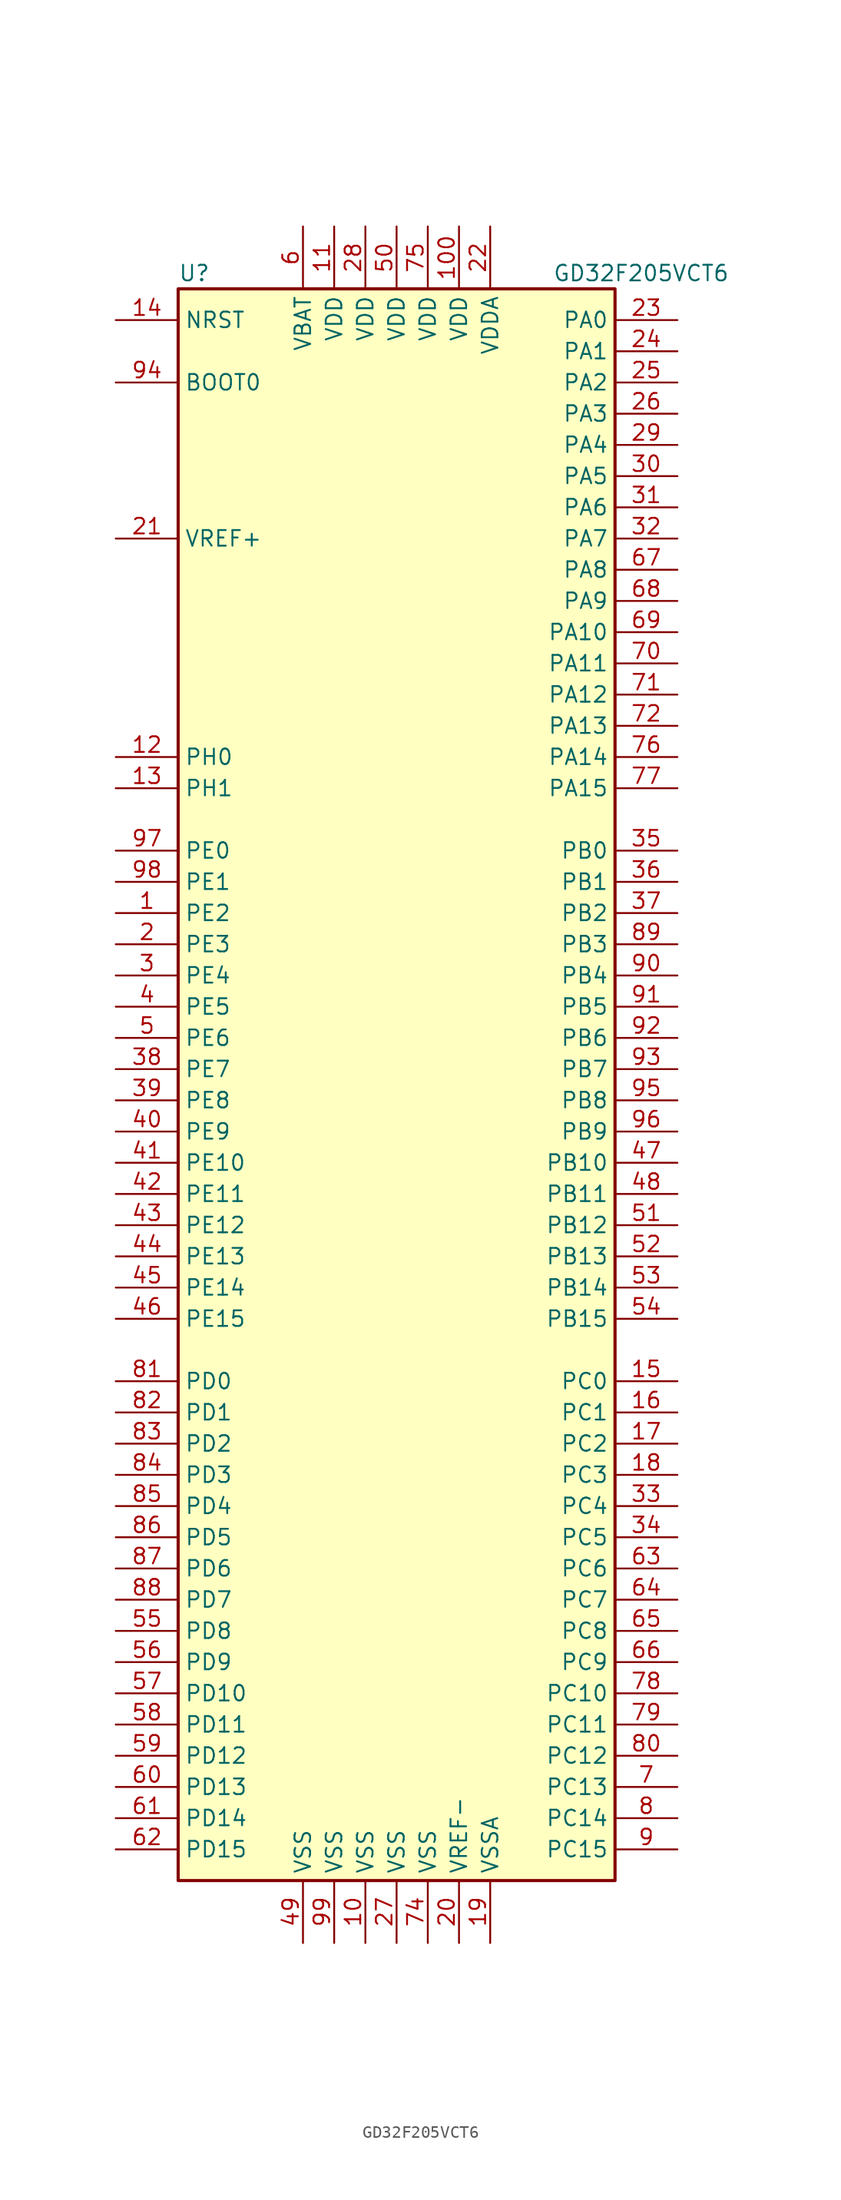
<source format=kicad_sym>
(kicad_symbol_lib
  (version 20220914)
  (generator kicad_symbol_editor)
  (symbol "GD32F205VCT6"
    (property "Reference" "U"
      (at -17.78 64.77 0)
      (effects (font (size 1.27 1.27)) (justify left)))
    (property "Value" "GD32F205VCT6"
      (at 12.7 64.77 0)
      (effects (font (size 1.27 1.27)) (justify left)))
    (symbol "GD32F205VCT6_0_1"
      (rectangle (start -17.78 -66.04) (end 17.78 63.5) (stroke (width 0.254) (type solid)) (fill (type background))))
    (symbol "GD32F205VCT6_1_1"
      (pin bidirectional line (at -22.86 12.7 0) (length 5.08) (name "PE2" (effects (font (size 1.27 1.27)))) (number "1" (effects (font (size 1.27 1.27)))))
      (pin power_in line (at -2.54 -71.12 90) (length 5.08) (name "VSS" (effects (font (size 1.27 1.27)))) (number "10" (effects (font (size 1.27 1.27)))))
      (pin power_in line (at 5.08 68.58 270) (length 5.08) (name "VDD" (effects (font (size 1.27 1.27)))) (number "100" (effects (font (size 1.27 1.27)))))
      (pin power_in line (at -5.08 68.58 270) (length 5.08) (name "VDD" (effects (font (size 1.27 1.27)))) (number "11" (effects (font (size 1.27 1.27)))))
      (pin input line (at -22.86 25.4 0) (length 5.08) (name "PH0" (effects (font (size 1.27 1.27)))) (number "12" (effects (font (size 1.27 1.27)))))
      (pin input line (at -22.86 22.86 0) (length 5.08) (name "PH1" (effects (font (size 1.27 1.27)))) (number "13" (effects (font (size 1.27 1.27)))))
      (pin input line (at -22.86 60.96 0) (length 5.08) (name "NRST" (effects (font (size 1.27 1.27)))) (number "14" (effects (font (size 1.27 1.27)))))
      (pin bidirectional line (at 22.86 -25.4 180) (length 5.08) (name "PC0" (effects (font (size 1.27 1.27)))) (number "15" (effects (font (size 1.27 1.27)))))
      (pin bidirectional line (at 22.86 -27.94 180) (length 5.08) (name "PC1" (effects (font (size 1.27 1.27)))) (number "16" (effects (font (size 1.27 1.27)))))
      (pin bidirectional line (at 22.86 -30.48 180) (length 5.08) (name "PC2" (effects (font (size 1.27 1.27)))) (number "17" (effects (font (size 1.27 1.27)))))
      (pin bidirectional line (at 22.86 -33.02 180) (length 5.08) (name "PC3" (effects (font (size 1.27 1.27)))) (number "18" (effects (font (size 1.27 1.27)))))
      (pin power_in line (at 7.62 -71.12 90) (length 5.08) (name "VSSA" (effects (font (size 1.27 1.27)))) (number "19" (effects (font (size 1.27 1.27)))))
      (pin bidirectional line (at -22.86 10.16 0) (length 5.08) (name "PE3" (effects (font (size 1.27 1.27)))) (number "2" (effects (font (size 1.27 1.27)))))
      (pin power_in line (at 5.08 -71.12 90) (length 5.08) (name "VREF-" (effects (font (size 1.27 1.27)))) (number "20" (effects (font (size 1.27 1.27)))))
      (pin power_in line (at -22.86 43.18 0) (length 5.08) (name "VREF+" (effects (font (size 1.27 1.27)))) (number "21" (effects (font (size 1.27 1.27)))))
      (pin power_in line (at 7.62 68.58 270) (length 5.08) (name "VDDA" (effects (font (size 1.27 1.27)))) (number "22" (effects (font (size 1.27 1.27)))))
      (pin bidirectional line (at 22.86 60.96 180) (length 5.08) (name "PA0" (effects (font (size 1.27 1.27)))) (number "23" (effects (font (size 1.27 1.27)))))
      (pin bidirectional line (at 22.86 58.42 180) (length 5.08) (name "PA1" (effects (font (size 1.27 1.27)))) (number "24" (effects (font (size 1.27 1.27)))))
      (pin bidirectional line (at 22.86 55.88 180) (length 5.08) (name "PA2" (effects (font (size 1.27 1.27)))) (number "25" (effects (font (size 1.27 1.27)))))
      (pin bidirectional line (at 22.86 53.34 180) (length 5.08) (name "PA3" (effects (font (size 1.27 1.27)))) (number "26" (effects (font (size 1.27 1.27)))))
      (pin power_in line (at 0 -71.12 90) (length 5.08) (name "VSS" (effects (font (size 1.27 1.27)))) (number "27" (effects (font (size 1.27 1.27)))))
      (pin power_in line (at -2.54 68.58 270) (length 5.08) (name "VDD" (effects (font (size 1.27 1.27)))) (number "28" (effects (font (size 1.27 1.27)))))
      (pin bidirectional line (at 22.86 50.8 180) (length 5.08) (name "PA4" (effects (font (size 1.27 1.27)))) (number "29" (effects (font (size 1.27 1.27)))))
      (pin bidirectional line (at -22.86 7.62 0) (length 5.08) (name "PE4" (effects (font (size 1.27 1.27)))) (number "3" (effects (font (size 1.27 1.27)))))
      (pin bidirectional line (at 22.86 48.26 180) (length 5.08) (name "PA5" (effects (font (size 1.27 1.27)))) (number "30" (effects (font (size 1.27 1.27)))))
      (pin bidirectional line (at 22.86 45.72 180) (length 5.08) (name "PA6" (effects (font (size 1.27 1.27)))) (number "31" (effects (font (size 1.27 1.27)))))
      (pin bidirectional line (at 22.86 43.18 180) (length 5.08) (name "PA7" (effects (font (size 1.27 1.27)))) (number "32" (effects (font (size 1.27 1.27)))))
      (pin bidirectional line (at 22.86 -35.56 180) (length 5.08) (name "PC4" (effects (font (size 1.27 1.27)))) (number "33" (effects (font (size 1.27 1.27)))))
      (pin bidirectional line (at 22.86 -38.1 180) (length 5.08) (name "PC5" (effects (font (size 1.27 1.27)))) (number "34" (effects (font (size 1.27 1.27)))))
      (pin bidirectional line (at 22.86 17.78 180) (length 5.08) (name "PB0" (effects (font (size 1.27 1.27)))) (number "35" (effects (font (size 1.27 1.27)))))
      (pin bidirectional line (at 22.86 15.24 180) (length 5.08) (name "PB1" (effects (font (size 1.27 1.27)))) (number "36" (effects (font (size 1.27 1.27)))))
      (pin bidirectional line (at 22.86 12.7 180) (length 5.08) (name "PB2" (effects (font (size 1.27 1.27)))) (number "37" (effects (font (size 1.27 1.27)))))
      (pin bidirectional line (at -22.86 0 0) (length 5.08) (name "PE7" (effects (font (size 1.27 1.27)))) (number "38" (effects (font (size 1.27 1.27)))))
      (pin bidirectional line (at -22.86 -2.54 0) (length 5.08) (name "PE8" (effects (font (size 1.27 1.27)))) (number "39" (effects (font (size 1.27 1.27)))))
      (pin bidirectional line (at -22.86 5.08 0) (length 5.08) (name "PE5" (effects (font (size 1.27 1.27)))) (number "4" (effects (font (size 1.27 1.27)))))
      (pin bidirectional line (at -22.86 -5.08 0) (length 5.08) (name "PE9" (effects (font (size 1.27 1.27)))) (number "40" (effects (font (size 1.27 1.27)))))
      (pin bidirectional line (at -22.86 -7.62 0) (length 5.08) (name "PE10" (effects (font (size 1.27 1.27)))) (number "41" (effects (font (size 1.27 1.27)))))
      (pin bidirectional line (at -22.86 -10.16 0) (length 5.08) (name "PE11" (effects (font (size 1.27 1.27)))) (number "42" (effects (font (size 1.27 1.27)))))
      (pin bidirectional line (at -22.86 -12.7 0) (length 5.08) (name "PE12" (effects (font (size 1.27 1.27)))) (number "43" (effects (font (size 1.27 1.27)))))
      (pin bidirectional line (at -22.86 -15.24 0) (length 5.08) (name "PE13" (effects (font (size 1.27 1.27)))) (number "44" (effects (font (size 1.27 1.27)))))
      (pin bidirectional line (at -22.86 -17.78 0) (length 5.08) (name "PE14" (effects (font (size 1.27 1.27)))) (number "45" (effects (font (size 1.27 1.27)))))
      (pin bidirectional line (at -22.86 -20.32 0) (length 5.08) (name "PE15" (effects (font (size 1.27 1.27)))) (number "46" (effects (font (size 1.27 1.27)))))
      (pin bidirectional line (at 22.86 -7.62 180) (length 5.08) (name "PB10" (effects (font (size 1.27 1.27)))) (number "47" (effects (font (size 1.27 1.27)))))
      (pin bidirectional line (at 22.86 -10.16 180) (length 5.08) (name "PB11" (effects (font (size 1.27 1.27)))) (number "48" (effects (font (size 1.27 1.27)))))
      (pin power_in line (at -7.62 -71.12 90) (length 5.08) (name "VSS" (effects (font (size 1.27 1.27)))) (number "49" (effects (font (size 1.27 1.27)))))
      (pin bidirectional line (at -22.86 2.54 0) (length 5.08) (name "PE6" (effects (font (size 1.27 1.27)))) (number "5" (effects (font (size 1.27 1.27)))))
      (pin power_in line (at 0 68.58 270) (length 5.08) (name "VDD" (effects (font (size 1.27 1.27)))) (number "50" (effects (font (size 1.27 1.27)))))
      (pin bidirectional line (at 22.86 -12.7 180) (length 5.08) (name "PB12" (effects (font (size 1.27 1.27)))) (number "51" (effects (font (size 1.27 1.27)))))
      (pin bidirectional line (at 22.86 -15.24 180) (length 5.08) (name "PB13" (effects (font (size 1.27 1.27)))) (number "52" (effects (font (size 1.27 1.27)))))
      (pin bidirectional line (at 22.86 -17.78 180) (length 5.08) (name "PB14" (effects (font (size 1.27 1.27)))) (number "53" (effects (font (size 1.27 1.27)))))
      (pin bidirectional line (at 22.86 -20.32 180) (length 5.08) (name "PB15" (effects (font (size 1.27 1.27)))) (number "54" (effects (font (size 1.27 1.27)))))
      (pin bidirectional line (at -22.86 -45.72 0) (length 5.08) (name "PD8" (effects (font (size 1.27 1.27)))) (number "55" (effects (font (size 1.27 1.27)))))
      (pin bidirectional line (at -22.86 -48.26 0) (length 5.08) (name "PD9" (effects (font (size 1.27 1.27)))) (number "56" (effects (font (size 1.27 1.27)))))
      (pin bidirectional line (at -22.86 -50.8 0) (length 5.08) (name "PD10" (effects (font (size 1.27 1.27)))) (number "57" (effects (font (size 1.27 1.27)))))
      (pin bidirectional line (at -22.86 -53.34 0) (length 5.08) (name "PD11" (effects (font (size 1.27 1.27)))) (number "58" (effects (font (size 1.27 1.27)))))
      (pin bidirectional line (at -22.86 -55.88 0) (length 5.08) (name "PD12" (effects (font (size 1.27 1.27)))) (number "59" (effects (font (size 1.27 1.27)))))
      (pin power_in line (at -7.62 68.58 270) (length 5.08) (name "VBAT" (effects (font (size 1.27 1.27)))) (number "6" (effects (font (size 1.27 1.27)))))
      (pin bidirectional line (at -22.86 -58.42 0) (length 5.08) (name "PD13" (effects (font (size 1.27 1.27)))) (number "60" (effects (font (size 1.27 1.27)))))
      (pin bidirectional line (at -22.86 -60.96 0) (length 5.08) (name "PD14" (effects (font (size 1.27 1.27)))) (number "61" (effects (font (size 1.27 1.27)))))
      (pin bidirectional line (at -22.86 -63.5 0) (length 5.08) (name "PD15" (effects (font (size 1.27 1.27)))) (number "62" (effects (font (size 1.27 1.27)))))
      (pin bidirectional line (at 22.86 -40.64 180) (length 5.08) (name "PC6" (effects (font (size 1.27 1.27)))) (number "63" (effects (font (size 1.27 1.27)))))
      (pin bidirectional line (at 22.86 -43.18 180) (length 5.08) (name "PC7" (effects (font (size 1.27 1.27)))) (number "64" (effects (font (size 1.27 1.27)))))
      (pin bidirectional line (at 22.86 -45.72 180) (length 5.08) (name "PC8" (effects (font (size 1.27 1.27)))) (number "65" (effects (font (size 1.27 1.27)))))
      (pin bidirectional line (at 22.86 -48.26 180) (length 5.08) (name "PC9" (effects (font (size 1.27 1.27)))) (number "66" (effects (font (size 1.27 1.27)))))
      (pin bidirectional line (at 22.86 40.64 180) (length 5.08) (name "PA8" (effects (font (size 1.27 1.27)))) (number "67" (effects (font (size 1.27 1.27)))))
      (pin bidirectional line (at 22.86 38.1 180) (length 5.08) (name "PA9" (effects (font (size 1.27 1.27)))) (number "68" (effects (font (size 1.27 1.27)))))
      (pin bidirectional line (at 22.86 35.56 180) (length 5.08) (name "PA10" (effects (font (size 1.27 1.27)))) (number "69" (effects (font (size 1.27 1.27)))))
      (pin bidirectional line (at 22.86 -58.42 180) (length 5.08) (name "PC13" (effects (font (size 1.27 1.27)))) (number "7" (effects (font (size 1.27 1.27)))))
      (pin bidirectional line (at 22.86 33.02 180) (length 5.08) (name "PA11" (effects (font (size 1.27 1.27)))) (number "70" (effects (font (size 1.27 1.27)))))
      (pin bidirectional line (at 22.86 30.48 180) (length 5.08) (name "PA12" (effects (font (size 1.27 1.27)))) (number "71" (effects (font (size 1.27 1.27)))))
      (pin bidirectional line (at 22.86 27.94 180) (length 5.08) (name "PA13" (effects (font (size 1.27 1.27)))) (number "72" (effects (font (size 1.27 1.27)))))
      (pin passive line (at -22.86 45.72 0) (length 5.08) hide (name "NC" (effects (font (size 1.27 1.27)))) (number "73" (effects (font (size 1.27 1.27)))))
      (pin power_in line (at 2.54 -71.12 90) (length 5.08) (name "VSS" (effects (font (size 1.27 1.27)))) (number "74" (effects (font (size 1.27 1.27)))))
      (pin power_in line (at 2.54 68.58 270) (length 5.08) (name "VDD" (effects (font (size 1.27 1.27)))) (number "75" (effects (font (size 1.27 1.27)))))
      (pin bidirectional line (at 22.86 25.4 180) (length 5.08) (name "PA14" (effects (font (size 1.27 1.27)))) (number "76" (effects (font (size 1.27 1.27)))))
      (pin bidirectional line (at 22.86 22.86 180) (length 5.08) (name "PA15" (effects (font (size 1.27 1.27)))) (number "77" (effects (font (size 1.27 1.27)))))
      (pin bidirectional line (at 22.86 -50.8 180) (length 5.08) (name "PC10" (effects (font (size 1.27 1.27)))) (number "78" (effects (font (size 1.27 1.27)))))
      (pin bidirectional line (at 22.86 -53.34 180) (length 5.08) (name "PC11" (effects (font (size 1.27 1.27)))) (number "79" (effects (font (size 1.27 1.27)))))
      (pin bidirectional line (at 22.86 -60.96 180) (length 5.08) (name "PC14" (effects (font (size 1.27 1.27)))) (number "8" (effects (font (size 1.27 1.27)))))
      (pin bidirectional line (at 22.86 -55.88 180) (length 5.08) (name "PC12" (effects (font (size 1.27 1.27)))) (number "80" (effects (font (size 1.27 1.27)))))
      (pin bidirectional line (at -22.86 -25.4 0) (length 5.08) (name "PD0" (effects (font (size 1.27 1.27)))) (number "81" (effects (font (size 1.27 1.27)))))
      (pin bidirectional line (at -22.86 -27.94 0) (length 5.08) (name "PD1" (effects (font (size 1.27 1.27)))) (number "82" (effects (font (size 1.27 1.27)))))
      (pin bidirectional line (at -22.86 -30.48 0) (length 5.08) (name "PD2" (effects (font (size 1.27 1.27)))) (number "83" (effects (font (size 1.27 1.27)))))
      (pin bidirectional line (at -22.86 -33.02 0) (length 5.08) (name "PD3" (effects (font (size 1.27 1.27)))) (number "84" (effects (font (size 1.27 1.27)))))
      (pin bidirectional line (at -22.86 -35.56 0) (length 5.08) (name "PD4" (effects (font (size 1.27 1.27)))) (number "85" (effects (font (size 1.27 1.27)))))
      (pin bidirectional line (at -22.86 -38.1 0) (length 5.08) (name "PD5" (effects (font (size 1.27 1.27)))) (number "86" (effects (font (size 1.27 1.27)))))
      (pin bidirectional line (at -22.86 -40.64 0) (length 5.08) (name "PD6" (effects (font (size 1.27 1.27)))) (number "87" (effects (font (size 1.27 1.27)))))
      (pin bidirectional line (at -22.86 -43.18 0) (length 5.08) (name "PD7" (effects (font (size 1.27 1.27)))) (number "88" (effects (font (size 1.27 1.27)))))
      (pin bidirectional line (at 22.86 10.16 180) (length 5.08) (name "PB3" (effects (font (size 1.27 1.27)))) (number "89" (effects (font (size 1.27 1.27)))))
      (pin bidirectional line (at 22.86 -63.5 180) (length 5.08) (name "PC15" (effects (font (size 1.27 1.27)))) (number "9" (effects (font (size 1.27 1.27)))))
      (pin bidirectional line (at 22.86 7.62 180) (length 5.08) (name "PB4" (effects (font (size 1.27 1.27)))) (number "90" (effects (font (size 1.27 1.27)))))
      (pin bidirectional line (at 22.86 5.08 180) (length 5.08) (name "PB5" (effects (font (size 1.27 1.27)))) (number "91" (effects (font (size 1.27 1.27)))))
      (pin bidirectional line (at 22.86 2.54 180) (length 5.08) (name "PB6" (effects (font (size 1.27 1.27)))) (number "92" (effects (font (size 1.27 1.27)))))
      (pin bidirectional line (at 22.86 0 180) (length 5.08) (name "PB7" (effects (font (size 1.27 1.27)))) (number "93" (effects (font (size 1.27 1.27)))))
      (pin input line (at -22.86 55.88 0) (length 5.08) (name "BOOT0" (effects (font (size 1.27 1.27)))) (number "94" (effects (font (size 1.27 1.27)))))
      (pin bidirectional line (at 22.86 -2.54 180) (length 5.08) (name "PB8" (effects (font (size 1.27 1.27)))) (number "95" (effects (font (size 1.27 1.27)))))
      (pin bidirectional line (at 22.86 -5.08 180) (length 5.08) (name "PB9" (effects (font (size 1.27 1.27)))) (number "96" (effects (font (size 1.27 1.27)))))
      (pin bidirectional line (at -22.86 17.78 0) (length 5.08) (name "PE0" (effects (font (size 1.27 1.27)))) (number "97" (effects (font (size 1.27 1.27)))))
      (pin bidirectional line (at -22.86 15.24 0) (length 5.08) (name "PE1" (effects (font (size 1.27 1.27)))) (number "98" (effects (font (size 1.27 1.27)))))
      (pin power_in line (at -5.08 -71.12 90) (length 5.08) (name "VSS" (effects (font (size 1.27 1.27)))) (number "99" (effects (font (size 1.27 1.27))))))))
</source>
